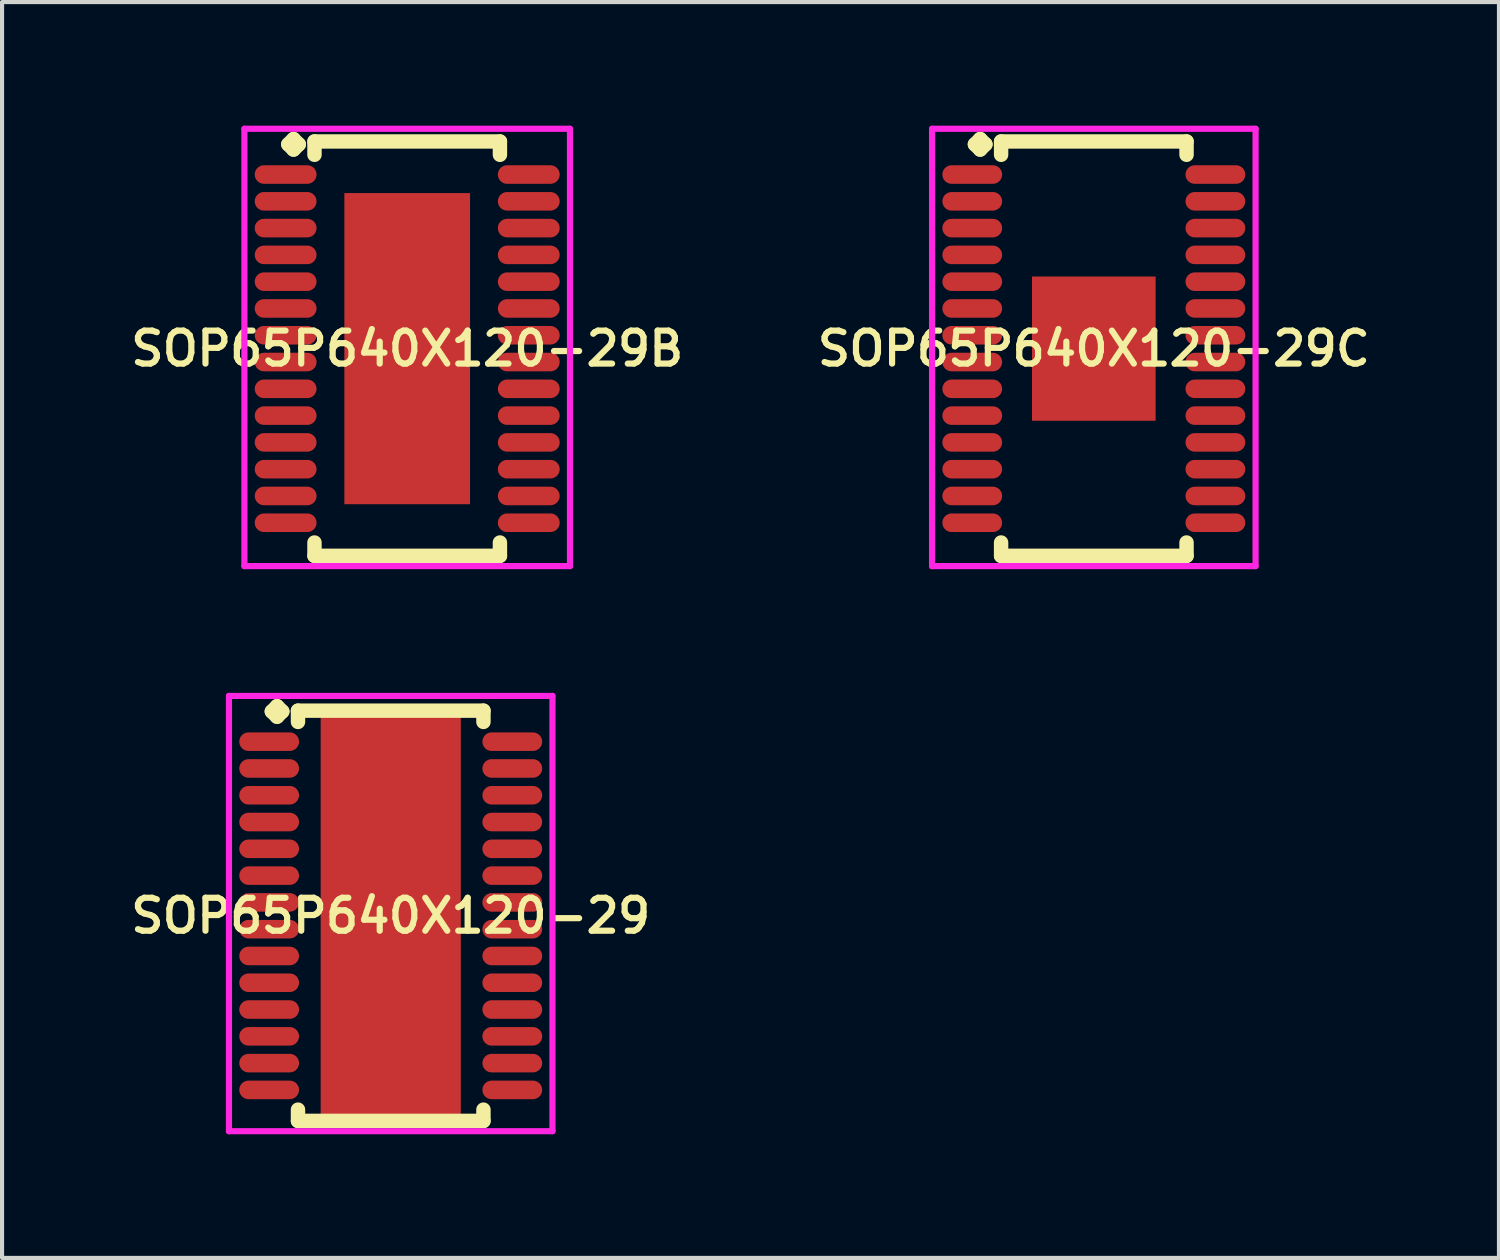
<source format=kicad_pcb>
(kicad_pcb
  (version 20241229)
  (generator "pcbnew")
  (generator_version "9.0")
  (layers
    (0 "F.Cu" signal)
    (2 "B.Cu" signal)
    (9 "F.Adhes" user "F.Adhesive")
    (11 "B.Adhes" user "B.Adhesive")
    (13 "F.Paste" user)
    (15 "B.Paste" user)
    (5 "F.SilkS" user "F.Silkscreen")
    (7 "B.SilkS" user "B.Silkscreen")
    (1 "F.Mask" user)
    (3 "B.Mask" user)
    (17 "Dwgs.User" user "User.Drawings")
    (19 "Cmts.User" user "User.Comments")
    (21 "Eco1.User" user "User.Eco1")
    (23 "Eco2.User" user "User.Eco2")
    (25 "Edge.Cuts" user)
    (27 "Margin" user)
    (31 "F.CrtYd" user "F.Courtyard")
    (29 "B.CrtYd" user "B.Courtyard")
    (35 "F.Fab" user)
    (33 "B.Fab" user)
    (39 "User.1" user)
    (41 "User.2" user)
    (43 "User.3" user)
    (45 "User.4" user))
  (footprint "SOP65P640X120-29B"
    (layer "F.Cu")
    (at 6.831 5.41)
    (property "Reference" "SOP65P640X120-29B" (at 0 0 0) (layer "F.SilkS") (effects (font (size 0.8 0.8) (thickness 0.15))))
    (attr smd)
    (fp_line (start -2.885 -4.958) (end -2.758 -5.085) (stroke (width 0.35) (type solid)) (layer "F.SilkS"))
    (fp_line (start -2.758 -5.085) (end -2.631 -4.958) (stroke (width 0.35) (type solid)) (layer "F.SilkS"))
    (fp_line (start -2.758 -4.831) (end -2.885 -4.958) (stroke (width 0.35) (type solid)) (layer "F.SilkS"))
    (fp_line (start -2.631 -4.958) (end -2.758 -4.831) (stroke (width 0.35) (type solid)) (layer "F.SilkS"))
    (fp_line (start -2.25 -5.027) (end 2.25 -5.027) (stroke (width 0.35) (type solid)) (layer "F.SilkS"))
    (fp_line (start -2.25 -4.704) (end -2.25 -5.027) (stroke (width 0.35) (type solid)) (layer "F.SilkS"))
    (fp_line (start -2.25 4.704) (end -2.25 5.027) (stroke (width 0.35) (type solid)) (layer "F.SilkS"))
    (fp_line (start -2.25 5.027) (end 2.25 5.027) (stroke (width 0.35) (type solid)) (layer "F.SilkS"))
    (fp_line (start 2.25 -5.027) (end 2.25 -4.704) (stroke (width 0.35) (type solid)) (layer "F.SilkS"))
    (fp_line (start 2.25 5.027) (end 2.25 4.704) (stroke (width 0.35) (type solid)) (layer "F.SilkS"))
    (fp_line (start -3.95 -5.335) (end 3.95 -5.335) (stroke (width 0.15) (type solid)) (layer "F.CrtYd"))
    (fp_line (start -3.95 5.277) (end -3.95 -5.335) (stroke (width 0.15) (type solid)) (layer "F.CrtYd"))
    (fp_line (start 3.95 -5.335) (end 3.95 5.277) (stroke (width 0.15) (type solid)) (layer "F.CrtYd"))
    (fp_line (start 3.95 5.277) (end -3.95 5.277) (stroke (width 0.15) (type solid)) (layer "F.CrtYd"))
    (pad "1" smd oval (at -2.95 -4.225) (size 1.5 0.45) (layers "F.Cu" "F.Mask" "F.Paste"))
    (pad "2" smd oval (at -2.95 -3.575) (size 1.5 0.45) (layers "F.Cu" "F.Mask" "F.Paste"))
    (pad "3" smd oval (at -2.95 -2.925) (size 1.5 0.45) (layers "F.Cu" "F.Mask" "F.Paste"))
    (pad "4" smd oval (at -2.95 -2.275) (size 1.5 0.45) (layers "F.Cu" "F.Mask" "F.Paste"))
    (pad "5" smd oval (at -2.95 -1.625) (size 1.5 0.45) (layers "F.Cu" "F.Mask" "F.Paste"))
    (pad "6" smd oval (at -2.95 -0.975) (size 1.5 0.45) (layers "F.Cu" "F.Mask" "F.Paste"))
    (pad "7" smd oval (at -2.95 -0.325) (size 1.5 0.45) (layers "F.Cu" "F.Mask" "F.Paste"))
    (pad "8" smd oval (at -2.95 0.325) (size 1.5 0.45) (layers "F.Cu" "F.Mask" "F.Paste"))
    (pad "9" smd oval (at -2.95 0.975) (size 1.5 0.45) (layers "F.Cu" "F.Mask" "F.Paste"))
    (pad "10" smd oval (at -2.95 1.625) (size 1.5 0.45) (layers "F.Cu" "F.Mask" "F.Paste"))
    (pad "11" smd oval (at -2.95 2.275) (size 1.5 0.45) (layers "F.Cu" "F.Mask" "F.Paste"))
    (pad "12" smd oval (at -2.95 2.925) (size 1.5 0.45) (layers "F.Cu" "F.Mask" "F.Paste"))
    (pad "13" smd oval (at -2.95 3.575) (size 1.5 0.45) (layers "F.Cu" "F.Mask" "F.Paste"))
    (pad "14" smd oval (at -2.95 4.225) (size 1.5 0.45) (layers "F.Cu" "F.Mask" "F.Paste"))
    (pad "15" smd oval (at 2.95 4.225) (size 1.5 0.45) (layers "F.Cu" "F.Mask" "F.Paste"))
    (pad "16" smd oval (at 2.95 3.575) (size 1.5 0.45) (layers "F.Cu" "F.Mask" "F.Paste"))
    (pad "17" smd oval (at 2.95 2.925) (size 1.5 0.45) (layers "F.Cu" "F.Mask" "F.Paste"))
    (pad "18" smd oval (at 2.95 2.275) (size 1.5 0.45) (layers "F.Cu" "F.Mask" "F.Paste"))
    (pad "19" smd oval (at 2.95 1.625) (size 1.5 0.45) (layers "F.Cu" "F.Mask" "F.Paste"))
    (pad "20" smd oval (at 2.95 0.975) (size 1.5 0.45) (layers "F.Cu" "F.Mask" "F.Paste"))
    (pad "21" smd oval (at 2.95 0.325) (size 1.5 0.45) (layers "F.Cu" "F.Mask" "F.Paste"))
    (pad "22" smd oval (at 2.95 -0.325) (size 1.5 0.45) (layers "F.Cu" "F.Mask" "F.Paste"))
    (pad "23" smd oval (at 2.95 -0.975) (size 1.5 0.45) (layers "F.Cu" "F.Mask" "F.Paste"))
    (pad "24" smd oval (at 2.95 -1.625) (size 1.5 0.45) (layers "F.Cu" "F.Mask" "F.Paste"))
    (pad "25" smd oval (at 2.95 -2.275) (size 1.5 0.45) (layers "F.Cu" "F.Mask" "F.Paste"))
    (pad "26" smd oval (at 2.95 -2.925) (size 1.5 0.45) (layers "F.Cu" "F.Mask" "F.Paste"))
    (pad "27" smd oval (at 2.95 -3.575) (size 1.5 0.45) (layers "F.Cu" "F.Mask" "F.Paste"))
    (pad "28" smd oval (at 2.95 -4.225) (size 1.5 0.45) (layers "F.Cu" "F.Mask" "F.Paste"))
    (pad "29" smd rect (at 0 0) (size 3.05 7.55) (layers "F.Cu" "F.Mask" "F.Paste")))
  (footprint "SOP65P640X120-29C"
    (layer "F.Cu")
    (at 23.492 5.41)
    (property "Reference" "SOP65P640X120-29C" (at 0 0 0) (layer "F.SilkS") (effects (font (size 0.8 0.8) (thickness 0.15))))
    (attr through_hole)
    (fp_line (start -2.885 -4.958) (end -2.758 -5.085) (stroke (width 0.35) (type solid)) (layer "F.SilkS"))
    (fp_line (start -2.758 -5.085) (end -2.631 -4.958) (stroke (width 0.35) (type solid)) (layer "F.SilkS"))
    (fp_line (start -2.758 -4.831) (end -2.885 -4.958) (stroke (width 0.35) (type solid)) (layer "F.SilkS"))
    (fp_line (start -2.631 -4.958) (end -2.758 -4.831) (stroke (width 0.35) (type solid)) (layer "F.SilkS"))
    (fp_line (start -2.25 -5.027) (end 2.25 -5.027) (stroke (width 0.35) (type solid)) (layer "F.SilkS"))
    (fp_line (start -2.25 -4.704) (end -2.25 -5.027) (stroke (width 0.35) (type solid)) (layer "F.SilkS"))
    (fp_line (start -2.25 4.704) (end -2.25 5.027) (stroke (width 0.35) (type solid)) (layer "F.SilkS"))
    (fp_line (start -2.25 5.027) (end 2.25 5.027) (stroke (width 0.35) (type solid)) (layer "F.SilkS"))
    (fp_line (start 2.25 -5.027) (end 2.25 -4.704) (stroke (width 0.35) (type solid)) (layer "F.SilkS"))
    (fp_line (start 2.25 5.027) (end 2.25 4.704) (stroke (width 0.35) (type solid)) (layer "F.SilkS"))
    (fp_line (start -3.925 -5.335) (end 3.925 -5.335) (stroke (width 0.15) (type solid)) (layer "F.CrtYd"))
    (fp_line (start -3.925 5.277) (end -3.925 -5.335) (stroke (width 0.15) (type solid)) (layer "F.CrtYd"))
    (fp_line (start 3.925 -5.335) (end 3.925 5.277) (stroke (width 0.15) (type solid)) (layer "F.CrtYd"))
    (fp_line (start 3.925 5.277) (end -3.925 5.277) (stroke (width 0.15) (type solid)) (layer "F.CrtYd"))
    (pad "1" smd oval (at -2.95 -4.225) (size 1.45 0.45) (layers "F.Cu" "F.Mask" "F.Paste"))
    (pad "2" smd oval (at -2.95 -3.575) (size 1.45 0.45) (layers "F.Cu" "F.Mask" "F.Paste"))
    (pad "3" smd oval (at -2.95 -2.925) (size 1.45 0.45) (layers "F.Cu" "F.Mask" "F.Paste"))
    (pad "4" smd oval (at -2.95 -2.275) (size 1.45 0.45) (layers "F.Cu" "F.Mask" "F.Paste"))
    (pad "5" smd oval (at -2.95 -1.625) (size 1.45 0.45) (layers "F.Cu" "F.Mask" "F.Paste"))
    (pad "6" smd oval (at -2.95 -0.975) (size 1.45 0.45) (layers "F.Cu" "F.Mask" "F.Paste"))
    (pad "7" smd oval (at -2.95 -0.325) (size 1.45 0.45) (layers "F.Cu" "F.Mask" "F.Paste"))
    (pad "8" smd oval (at -2.95 0.325) (size 1.45 0.45) (layers "F.Cu" "F.Mask" "F.Paste"))
    (pad "9" smd oval (at -2.95 0.975) (size 1.45 0.45) (layers "F.Cu" "F.Mask" "F.Paste"))
    (pad "10" smd oval (at -2.95 1.625) (size 1.45 0.45) (layers "F.Cu" "F.Mask" "F.Paste"))
    (pad "11" smd oval (at -2.95 2.275) (size 1.45 0.45) (layers "F.Cu" "F.Mask" "F.Paste"))
    (pad "12" smd oval (at -2.95 2.925) (size 1.45 0.45) (layers "F.Cu" "F.Mask" "F.Paste"))
    (pad "13" smd oval (at -2.95 3.575) (size 1.45 0.45) (layers "F.Cu" "F.Mask" "F.Paste"))
    (pad "14" smd oval (at -2.95 4.225) (size 1.45 0.45) (layers "F.Cu" "F.Mask" "F.Paste"))
    (pad "15" smd oval (at 2.95 4.225) (size 1.45 0.45) (layers "F.Cu" "F.Mask" "F.Paste"))
    (pad "16" smd oval (at 2.95 3.575) (size 1.45 0.45) (layers "F.Cu" "F.Mask" "F.Paste"))
    (pad "17" smd oval (at 2.95 2.925) (size 1.45 0.45) (layers "F.Cu" "F.Mask" "F.Paste"))
    (pad "18" smd oval (at 2.95 2.275) (size 1.45 0.45) (layers "F.Cu" "F.Mask" "F.Paste"))
    (pad "19" smd oval (at 2.95 1.625) (size 1.45 0.45) (layers "F.Cu" "F.Mask" "F.Paste"))
    (pad "20" smd oval (at 2.95 0.975) (size 1.45 0.45) (layers "F.Cu" "F.Mask" "F.Paste"))
    (pad "21" smd oval (at 2.95 0.325) (size 1.45 0.45) (layers "F.Cu" "F.Mask" "F.Paste"))
    (pad "22" smd oval (at 2.95 -0.325) (size 1.45 0.45) (layers "F.Cu" "F.Mask" "F.Paste"))
    (pad "23" smd oval (at 2.95 -0.975) (size 1.45 0.45) (layers "F.Cu" "F.Mask" "F.Paste"))
    (pad "24" smd oval (at 2.95 -1.625) (size 1.45 0.45) (layers "F.Cu" "F.Mask" "F.Paste"))
    (pad "25" smd oval (at 2.95 -2.275) (size 1.45 0.45) (layers "F.Cu" "F.Mask" "F.Paste"))
    (pad "26" smd oval (at 2.95 -2.925) (size 1.45 0.45) (layers "F.Cu" "F.Mask" "F.Paste"))
    (pad "27" smd oval (at 2.95 -3.575) (size 1.45 0.45) (layers "F.Cu" "F.Mask" "F.Paste"))
    (pad "28" smd oval (at 2.95 -4.225) (size 1.45 0.45) (layers "F.Cu" "F.Mask" "F.Paste"))
    (pad "29" smd rect (at 0 0) (size 3 3.5) (layers "F.Cu" "F.Mask" "F.Paste")))
  (footprint "SOP65P640X120-29"
    (layer "F.Cu")
    (at 6.431 19.172)
    (property "Reference" "SOP65P640X120-29" (at 0 0 0) (layer "F.SilkS") (effects (font (size 0.8 0.8) (thickness 0.15))))
    (attr smd)
    (fp_line (start -2.885 -4.958) (end -2.758 -5.085) (stroke (width 0.35) (type solid)) (layer "F.SilkS"))
    (fp_line (start -2.758 -5.085) (end -2.631 -4.958) (stroke (width 0.35) (type solid)) (layer "F.SilkS"))
    (fp_line (start -2.758 -4.831) (end -2.885 -4.958) (stroke (width 0.35) (type solid)) (layer "F.SilkS"))
    (fp_line (start -2.631 -4.958) (end -2.758 -4.831) (stroke (width 0.35) (type solid)) (layer "F.SilkS"))
    (fp_line (start -2.25 -4.977) (end 2.25 -4.977) (stroke (width 0.35) (type solid)) (layer "F.SilkS"))
    (fp_line (start -2.25 -4.704) (end -2.25 -4.977) (stroke (width 0.35) (type solid)) (layer "F.SilkS"))
    (fp_line (start -2.25 4.704) (end -2.25 4.977) (stroke (width 0.35) (type solid)) (layer "F.SilkS"))
    (fp_line (start -2.25 4.977) (end 2.25 4.977) (stroke (width 0.35) (type solid)) (layer "F.SilkS"))
    (fp_line (start 2.25 -4.977) (end 2.25 -4.704) (stroke (width 0.35) (type solid)) (layer "F.SilkS"))
    (fp_line (start 2.25 4.977) (end 2.25 4.704) (stroke (width 0.35) (type solid)) (layer "F.SilkS"))
    (fp_line (start -3.925 -5.335) (end 3.925 -5.335) (stroke (width 0.15) (type solid)) (layer "F.CrtYd"))
    (fp_line (start -3.925 5.227) (end -3.925 -5.335) (stroke (width 0.15) (type solid)) (layer "F.CrtYd"))
    (fp_line (start 3.925 -5.335) (end 3.925 5.227) (stroke (width 0.15) (type solid)) (layer "F.CrtYd"))
    (fp_line (start 3.925 5.227) (end -3.925 5.227) (stroke (width 0.15) (type solid)) (layer "F.CrtYd"))
    (pad "1" smd oval (at -2.95 -4.225) (size 1.45 0.45) (layers "F.Cu" "F.Mask" "F.Paste"))
    (pad "2" smd oval (at -2.95 -3.575) (size 1.45 0.45) (layers "F.Cu" "F.Mask" "F.Paste"))
    (pad "3" smd oval (at -2.95 -2.925) (size 1.45 0.45) (layers "F.Cu" "F.Mask" "F.Paste"))
    (pad "4" smd oval (at -2.95 -2.275) (size 1.45 0.45) (layers "F.Cu" "F.Mask" "F.Paste"))
    (pad "5" smd oval (at -2.95 -1.625) (size 1.45 0.45) (layers "F.Cu" "F.Mask" "F.Paste"))
    (pad "6" smd oval (at -2.95 -0.975) (size 1.45 0.45) (layers "F.Cu" "F.Mask" "F.Paste"))
    (pad "7" smd oval (at -2.95 -0.325) (size 1.45 0.45) (layers "F.Cu" "F.Mask" "F.Paste"))
    (pad "8" smd oval (at -2.95 0.325) (size 1.45 0.45) (layers "F.Cu" "F.Mask" "F.Paste"))
    (pad "9" smd oval (at -2.95 0.975) (size 1.45 0.45) (layers "F.Cu" "F.Mask" "F.Paste"))
    (pad "10" smd oval (at -2.95 1.625) (size 1.45 0.45) (layers "F.Cu" "F.Mask" "F.Paste"))
    (pad "11" smd oval (at -2.95 2.275) (size 1.45 0.45) (layers "F.Cu" "F.Mask" "F.Paste"))
    (pad "12" smd oval (at -2.95 2.925) (size 1.45 0.45) (layers "F.Cu" "F.Mask" "F.Paste"))
    (pad "13" smd oval (at -2.95 3.575) (size 1.45 0.45) (layers "F.Cu" "F.Mask" "F.Paste"))
    (pad "14" smd oval (at -2.95 4.225) (size 1.45 0.45) (layers "F.Cu" "F.Mask" "F.Paste"))
    (pad "15" smd oval (at 2.95 4.225) (size 1.45 0.45) (layers "F.Cu" "F.Mask" "F.Paste"))
    (pad "16" smd oval (at 2.95 3.575) (size 1.45 0.45) (layers "F.Cu" "F.Mask" "F.Paste"))
    (pad "17" smd oval (at 2.95 2.925) (size 1.45 0.45) (layers "F.Cu" "F.Mask" "F.Paste"))
    (pad "18" smd oval (at 2.95 2.275) (size 1.45 0.45) (layers "F.Cu" "F.Mask" "F.Paste"))
    (pad "19" smd oval (at 2.95 1.625) (size 1.45 0.45) (layers "F.Cu" "F.Mask" "F.Paste"))
    (pad "20" smd oval (at 2.95 0.975) (size 1.45 0.45) (layers "F.Cu" "F.Mask" "F.Paste"))
    (pad "21" smd oval (at 2.95 0.325) (size 1.45 0.45) (layers "F.Cu" "F.Mask" "F.Paste"))
    (pad "22" smd oval (at 2.95 -0.325) (size 1.45 0.45) (layers "F.Cu" "F.Mask" "F.Paste"))
    (pad "23" smd oval (at 2.95 -0.975) (size 1.45 0.45) (layers "F.Cu" "F.Mask" "F.Paste"))
    (pad "24" smd oval (at 2.95 -1.625) (size 1.45 0.45) (layers "F.Cu" "F.Mask" "F.Paste"))
    (pad "25" smd oval (at 2.95 -2.275) (size 1.45 0.45) (layers "F.Cu" "F.Mask" "F.Paste"))
    (pad "26" smd oval (at 2.95 -2.925) (size 1.45 0.45) (layers "F.Cu" "F.Mask" "F.Paste"))
    (pad "27" smd oval (at 2.95 -3.575) (size 1.45 0.45) (layers "F.Cu" "F.Mask" "F.Paste"))
    (pad "28" smd oval (at 2.95 -4.225) (size 1.45 0.45) (layers "F.Cu" "F.Mask" "F.Paste"))
    (pad "29" smd rect (at 0 0) (size 3.4 9.7) (layers "F.Cu" "F.Mask" "F.Paste")))
  (gr_rect
    (start -3 -3)
    (end 33.323 27.474)
    (stroke (width 0.1) (type default))
    (fill no)
    (layer "Edge.Cuts")))
</source>
